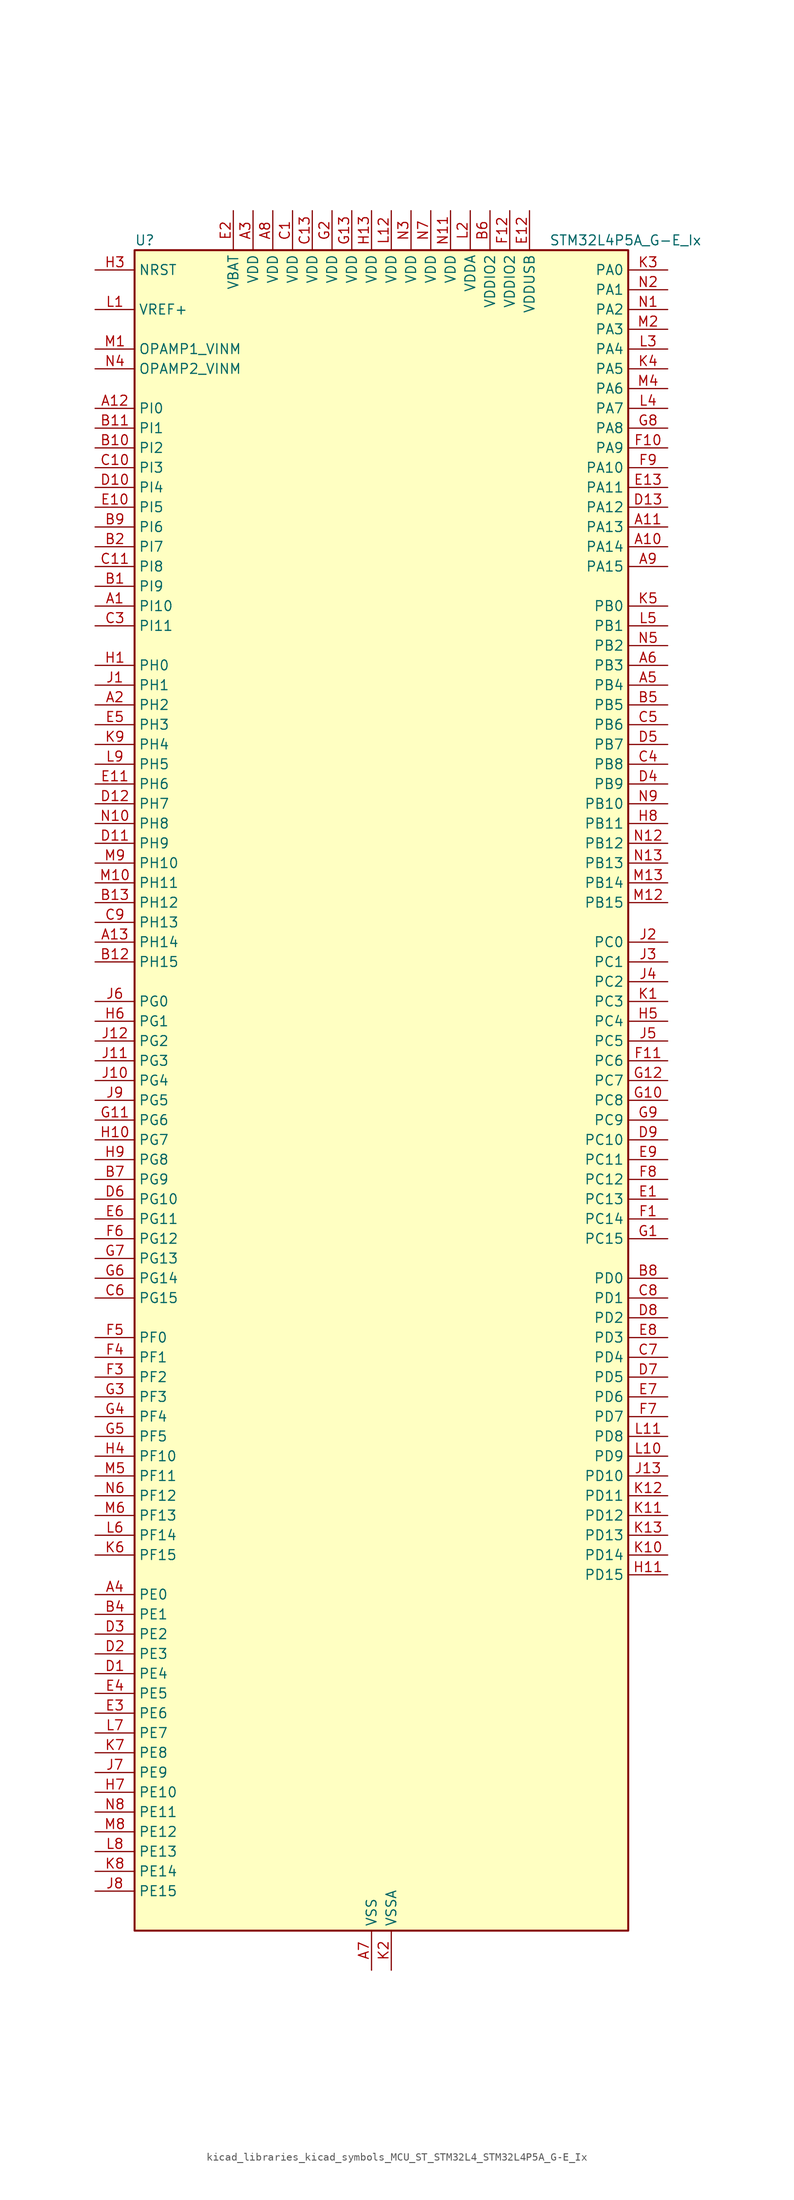
<source format=kicad_sym>
(kicad_symbol_lib
  (version 20220914)
  (generator kicad_symbol_editor)
  (symbol "kicad_libraries_kicad_symbols_MCU_ST_STM32L4_STM32L4P5A_G-E_Ix"
    (property "Reference" "U"
      (at -30.48 110.49 0)
      (effects (font (size 1.27 1.27)) (justify left)))
    (property "Value" "STM32L4P5A_G-E_Ix"
      (at 22.86 110.49 0)
      (effects (font (size 1.27 1.27)) (justify left)))
    (property "ki_locked" ""
      (at 0 0 0)
      (effects (font (size 1.27 1.27))))
    (symbol "kicad_libraries_kicad_symbols_MCU_ST_STM32L4_STM32L4P5A_G-E_Ix_0_1"
      (rectangle (start -30.48 -106.68) (end 33.02 109.22) (stroke (width 0.254) (type default)) (fill (type background))))
    (symbol "kicad_libraries_kicad_symbols_MCU_ST_STM32L4_STM32L4P5A_G-E_Ix_1_1"
      (pin bidirectional line (at -35.56 63.5 0) (length 5.08) (name "PI10" (effects (font (size 1.27 1.27)))) (number "A1" (effects (font (size 1.27 1.27)))) (alternate "OCTOSPIM_P2_IO1" bidirectional line) (alternate "PSSI_D14" bidirectional line))
      (pin bidirectional line (at 38.1 71.12 180) (length 5.08) (name "PA14" (effects (font (size 1.27 1.27)))) (number "A10" (effects (font (size 1.27 1.27)))) (alternate "I2C1_SMBA" bidirectional line) (alternate "I2C4_SMBA" bidirectional line) (alternate "LPTIM1_OUT" bidirectional line) (alternate "SAI1_FS_B" bidirectional line) (alternate "SYS_JTCK-SWCLK" bidirectional line) (alternate "USB_OTG_FS_SOF" bidirectional line))
      (pin bidirectional line (at 38.1 73.66 180) (length 5.08) (name "PA13" (effects (font (size 1.27 1.27)))) (number "A11" (effects (font (size 1.27 1.27)))) (alternate "IR_OUT" bidirectional line) (alternate "SAI1_SD_B" bidirectional line) (alternate "SYS_JTMS-SWDIO" bidirectional line) (alternate "USB_OTG_FS_NOE" bidirectional line))
      (pin bidirectional line (at -35.56 88.9 0) (length 5.08) (name "PI0" (effects (font (size 1.27 1.27)))) (number "A12" (effects (font (size 1.27 1.27)))) (alternate "DCMI_D13" bidirectional line) (alternate "OCTOSPIM_P1_IO5" bidirectional line) (alternate "PSSI_D13" bidirectional line) (alternate "SPI2_NSS" bidirectional line) (alternate "TIM5_CH4" bidirectional line))
      (pin bidirectional line (at -35.56 20.32 0) (length 5.08) (name "PH14" (effects (font (size 1.27 1.27)))) (number "A13" (effects (font (size 1.27 1.27)))) (alternate "DCMI_D4" bidirectional line) (alternate "PSSI_D4" bidirectional line) (alternate "TIM8_CH2N" bidirectional line))
      (pin bidirectional line (at -35.56 50.8 0) (length 5.08) (name "PH2" (effects (font (size 1.27 1.27)))) (number "A2" (effects (font (size 1.27 1.27)))) (alternate "OCTOSPIM_P1_IO4" bidirectional line))
      (pin power_in line (at -15.24 114.3 270) (length 5.08) (name "VDD" (effects (font (size 1.27 1.27)))) (number "A3" (effects (font (size 1.27 1.27)))))
      (pin bidirectional line (at -35.56 -63.5 0) (length 5.08) (name "PE0" (effects (font (size 1.27 1.27)))) (number "A4" (effects (font (size 1.27 1.27)))) (alternate "DCMI_D2" bidirectional line) (alternate "FMC_NBL0" bidirectional line) (alternate "LTDC_HSYNC" bidirectional line) (alternate "PSSI_D2" bidirectional line) (alternate "TIM16_CH1" bidirectional line) (alternate "TIM4_ETR" bidirectional line))
      (pin bidirectional line (at 38.1 53.34 180) (length 5.08) (name "PB4" (effects (font (size 1.27 1.27)))) (number "A5" (effects (font (size 1.27 1.27)))) (alternate "COMP2_INP" bidirectional line) (alternate "DCMI_D12" bidirectional line) (alternate "I2C3_SDA" bidirectional line) (alternate "OCTOSPIM_P1_IO5" bidirectional line) (alternate "PSSI_D12" bidirectional line) (alternate "SAI1_MCLK_B" bidirectional line) (alternate "SDMMC2_D3" bidirectional line) (alternate "SPI1_MISO" bidirectional line) (alternate "SPI3_MISO" bidirectional line) (alternate "SYS_JTRST" bidirectional line) (alternate "TIM17_BKIN" bidirectional line) (alternate "TIM3_CH1" bidirectional line) (alternate "TSC_G2_IO1" bidirectional line) (alternate "UART5_DE" bidirectional line) (alternate "UART5_RTS" bidirectional line) (alternate "USART1_CTS" bidirectional line) (alternate "USART1_NSS" bidirectional line))
      (pin bidirectional line (at 38.1 55.88 180) (length 5.08) (name "PB3" (effects (font (size 1.27 1.27)))) (number "A6" (effects (font (size 1.27 1.27)))) (alternate "COMP2_INM" bidirectional line) (alternate "CRS_SYNC" bidirectional line) (alternate "OCTOSPIM_P1_IO4" bidirectional line) (alternate "SAI1_SCK_B" bidirectional line) (alternate "SDMMC2_D2" bidirectional line) (alternate "SPI1_SCK" bidirectional line) (alternate "SPI3_SCK" bidirectional line) (alternate "SYS_JTDO-SWO" bidirectional line) (alternate "TIM2_CH2" bidirectional line) (alternate "USART1_DE" bidirectional line) (alternate "USART1_RTS" bidirectional line))
      (pin power_in line (at 0 -111.76 90) (length 5.08) (name "VSS" (effects (font (size 1.27 1.27)))) (number "A7" (effects (font (size 1.27 1.27)))))
      (pin power_in line (at -12.7 114.3 270) (length 5.08) (name "VDD" (effects (font (size 1.27 1.27)))) (number "A8" (effects (font (size 1.27 1.27)))))
      (pin bidirectional line (at 38.1 68.58 180) (length 5.08) (name "PA15" (effects (font (size 1.27 1.27)))) (number "A9" (effects (font (size 1.27 1.27)))) (alternate "ADC1_EXTI15" bidirectional line) (alternate "ADC2_EXTI15" bidirectional line) (alternate "LTDC_HSYNC" bidirectional line) (alternate "SAI2_FS_B" bidirectional line) (alternate "SPI1_NSS" bidirectional line) (alternate "SPI3_NSS" bidirectional line) (alternate "SYS_JTDI" bidirectional line) (alternate "TIM2_CH1" bidirectional line) (alternate "TIM2_ETR" bidirectional line) (alternate "TSC_G3_IO1" bidirectional line) (alternate "UART4_DE" bidirectional line) (alternate "UART4_RTS" bidirectional line) (alternate "USART2_RX" bidirectional line) (alternate "USART3_DE" bidirectional line) (alternate "USART3_RTS" bidirectional line))
      (pin bidirectional line (at -35.56 66.04 0) (length 5.08) (name "PI9" (effects (font (size 1.27 1.27)))) (number "B1" (effects (font (size 1.27 1.27)))) (alternate "CAN1_RX" bidirectional line) (alternate "DAC1_EXTI9" bidirectional line) (alternate "OCTOSPIM_P2_IO2" bidirectional line))
      (pin bidirectional line (at -35.56 83.82 0) (length 5.08) (name "PI2" (effects (font (size 1.27 1.27)))) (number "B10" (effects (font (size 1.27 1.27)))) (alternate "DCMI_D9" bidirectional line) (alternate "PSSI_D9" bidirectional line) (alternate "SPI2_MISO" bidirectional line) (alternate "TIM8_CH4" bidirectional line))
      (pin bidirectional line (at -35.56 86.36 0) (length 5.08) (name "PI1" (effects (font (size 1.27 1.27)))) (number "B11" (effects (font (size 1.27 1.27)))) (alternate "DCMI_D8" bidirectional line) (alternate "PSSI_D8" bidirectional line) (alternate "SPI2_SCK" bidirectional line))
      (pin bidirectional line (at -35.56 17.78 0) (length 5.08) (name "PH15" (effects (font (size 1.27 1.27)))) (number "B12" (effects (font (size 1.27 1.27)))) (alternate "ADC1_EXTI15" bidirectional line) (alternate "ADC2_EXTI15" bidirectional line) (alternate "DCMI_D11" bidirectional line) (alternate "OCTOSPIM_P2_IO6" bidirectional line) (alternate "PSSI_D11" bidirectional line) (alternate "TIM8_CH3N" bidirectional line))
      (pin bidirectional line (at -35.56 25.4 0) (length 5.08) (name "PH12" (effects (font (size 1.27 1.27)))) (number "B13" (effects (font (size 1.27 1.27)))) (alternate "DCMI_D3" bidirectional line) (alternate "OCTOSPIM_P2_IO7" bidirectional line) (alternate "PSSI_D3" bidirectional line) (alternate "TIM5_CH3" bidirectional line))
      (pin bidirectional line (at -35.56 71.12 0) (length 5.08) (name "PI7" (effects (font (size 1.27 1.27)))) (number "B2" (effects (font (size 1.27 1.27)))) (alternate "DCMI_D7" bidirectional line) (alternate "OCTOSPIM_P2_NCLK" bidirectional line) (alternate "PSSI_D7" bidirectional line) (alternate "TIM8_CH3" bidirectional line))
      (pin passive line (at 0 -111.76 90) (length 5.08) hide (name "VSS" (effects (font (size 1.27 1.27)))) (number "B3" (effects (font (size 1.27 1.27)))))
      (pin bidirectional line (at -35.56 -66.04 0) (length 5.08) (name "PE1" (effects (font (size 1.27 1.27)))) (number "B4" (effects (font (size 1.27 1.27)))) (alternate "DCMI_D3" bidirectional line) (alternate "FMC_NBL1" bidirectional line) (alternate "LTDC_VSYNC" bidirectional line) (alternate "PSSI_D3" bidirectional line) (alternate "TIM17_CH1" bidirectional line))
      (pin bidirectional line (at 38.1 50.8 180) (length 5.08) (name "PB5" (effects (font (size 1.27 1.27)))) (number "B5" (effects (font (size 1.27 1.27)))) (alternate "COMP2_OUT" bidirectional line) (alternate "DCMI_D10" bidirectional line) (alternate "I2C1_SMBA" bidirectional line) (alternate "LPTIM1_IN1" bidirectional line) (alternate "OCTOSPIM_P1_IO0" bidirectional line) (alternate "PSSI_D10" bidirectional line) (alternate "SAI1_SD_B" bidirectional line) (alternate "SPI1_MOSI" bidirectional line) (alternate "SPI3_MOSI" bidirectional line) (alternate "TIM16_BKIN" bidirectional line) (alternate "TIM3_CH2" bidirectional line) (alternate "TSC_G2_IO2" bidirectional line) (alternate "UART5_CTS" bidirectional line) (alternate "USART1_CK" bidirectional line))
      (pin power_in line (at 15.24 114.3 270) (length 5.08) (name "VDDIO2" (effects (font (size 1.27 1.27)))) (number "B6" (effects (font (size 1.27 1.27)))))
      (pin bidirectional line (at -35.56 -10.16 0) (length 5.08) (name "PG9" (effects (font (size 1.27 1.27)))) (number "B7" (effects (font (size 1.27 1.27)))) (alternate "DAC1_EXTI9" bidirectional line) (alternate "FMC_NCE" bidirectional line) (alternate "FMC_NE2" bidirectional line) (alternate "OCTOSPIM_P2_IO6" bidirectional line) (alternate "SAI2_SCK_A" bidirectional line) (alternate "SDMMC2_D0" bidirectional line) (alternate "SPI3_SCK" bidirectional line) (alternate "TIM15_CH1N" bidirectional line) (alternate "USART1_TX" bidirectional line))
      (pin bidirectional line (at 38.1 -22.86 180) (length 5.08) (name "PD0" (effects (font (size 1.27 1.27)))) (number "B8" (effects (font (size 1.27 1.27)))) (alternate "CAN1_RX" bidirectional line) (alternate "FMC_D2" bidirectional line) (alternate "FMC_DA2" bidirectional line) (alternate "LTDC_B4" bidirectional line) (alternate "SPI2_NSS" bidirectional line))
      (pin bidirectional line (at -35.56 73.66 0) (length 5.08) (name "PI6" (effects (font (size 1.27 1.27)))) (number "B9" (effects (font (size 1.27 1.27)))) (alternate "DCMI_D6" bidirectional line) (alternate "OCTOSPIM_P2_CLK" bidirectional line) (alternate "PSSI_D6" bidirectional line) (alternate "TIM8_CH2" bidirectional line))
      (pin power_in line (at -10.16 114.3 270) (length 5.08) (name "VDD" (effects (font (size 1.27 1.27)))) (number "C1" (effects (font (size 1.27 1.27)))))
      (pin bidirectional line (at -35.56 81.28 0) (length 5.08) (name "PI3" (effects (font (size 1.27 1.27)))) (number "C10" (effects (font (size 1.27 1.27)))) (alternate "DCMI_D10" bidirectional line) (alternate "PSSI_D10" bidirectional line) (alternate "SPI2_MOSI" bidirectional line) (alternate "TIM8_ETR" bidirectional line))
      (pin bidirectional line (at -35.56 68.58 0) (length 5.08) (name "PI8" (effects (font (size 1.27 1.27)))) (number "C11" (effects (font (size 1.27 1.27)))) (alternate "DCMI_D12" bidirectional line) (alternate "OCTOSPIM_P2_NCS" bidirectional line) (alternate "PSSI_D12" bidirectional line))
      (pin passive line (at 0 -111.76 90) (length 5.08) hide (name "VSS" (effects (font (size 1.27 1.27)))) (number "C12" (effects (font (size 1.27 1.27)))))
      (pin power_in line (at -7.62 114.3 270) (length 5.08) (name "VDD" (effects (font (size 1.27 1.27)))) (number "C13" (effects (font (size 1.27 1.27)))))
      (pin passive line (at 0 -111.76 90) (length 5.08) hide (name "VSS" (effects (font (size 1.27 1.27)))) (number "C2" (effects (font (size 1.27 1.27)))))
      (pin bidirectional line (at -35.56 60.96 0) (length 5.08) (name "PI11" (effects (font (size 1.27 1.27)))) (number "C3" (effects (font (size 1.27 1.27)))) (alternate "ADC1_EXTI11" bidirectional line) (alternate "ADC2_EXTI11" bidirectional line) (alternate "OCTOSPIM_P2_IO0" bidirectional line) (alternate "PSSI_D15" bidirectional line))
      (pin bidirectional line (at 38.1 43.18 180) (length 5.08) (name "PB8" (effects (font (size 1.27 1.27)))) (number "C4" (effects (font (size 1.27 1.27)))) (alternate "CAN1_RX" bidirectional line) (alternate "DCMI_D6" bidirectional line) (alternate "DFSDM1_CKOUT" bidirectional line) (alternate "I2C1_SCL" bidirectional line) (alternate "LTDC_DE" bidirectional line) (alternate "PSSI_D6" bidirectional line) (alternate "SAI1_CK1" bidirectional line) (alternate "SAI1_MCLK_A" bidirectional line) (alternate "SDMMC1_CKIN" bidirectional line) (alternate "SDMMC1_D4" bidirectional line) (alternate "SDMMC2_D4" bidirectional line) (alternate "TIM16_CH1" bidirectional line) (alternate "TIM4_CH3" bidirectional line))
      (pin bidirectional line (at 38.1 48.26 180) (length 5.08) (name "PB6" (effects (font (size 1.27 1.27)))) (number "C5" (effects (font (size 1.27 1.27)))) (alternate "COMP2_INP" bidirectional line) (alternate "DCMI_D5" bidirectional line) (alternate "I2C1_SCL" bidirectional line) (alternate "I2C4_SCL" bidirectional line) (alternate "LPTIM1_ETR" bidirectional line) (alternate "LTDC_R6" bidirectional line) (alternate "PSSI_D5" bidirectional line) (alternate "SAI1_FS_B" bidirectional line) (alternate "TIM16_CH1N" bidirectional line) (alternate "TIM4_CH1" bidirectional line) (alternate "TIM8_BKIN2" bidirectional line) (alternate "TSC_G2_IO3" bidirectional line) (alternate "USART1_TX" bidirectional line))
      (pin bidirectional line (at -35.56 -25.4 0) (length 5.08) (name "PG15" (effects (font (size 1.27 1.27)))) (number "C6" (effects (font (size 1.27 1.27)))) (alternate "ADC1_EXTI15" bidirectional line) (alternate "ADC2_EXTI15" bidirectional line) (alternate "DCMI_D13" bidirectional line) (alternate "I2C1_SMBA" bidirectional line) (alternate "LPTIM1_OUT" bidirectional line) (alternate "OCTOSPIM_P2_DQS" bidirectional line) (alternate "PSSI_D13" bidirectional line))
      (pin bidirectional line (at 38.1 -33.02 180) (length 5.08) (name "PD4" (effects (font (size 1.27 1.27)))) (number "C7" (effects (font (size 1.27 1.27)))) (alternate "DFSDM1_CKIN0" bidirectional line) (alternate "FMC_NOE" bidirectional line) (alternate "OCTOSPIM_P1_IO4" bidirectional line) (alternate "SDMMC2_CKIN" bidirectional line) (alternate "SPI2_MOSI" bidirectional line) (alternate "USART2_DE" bidirectional line) (alternate "USART2_RTS" bidirectional line))
      (pin bidirectional line (at 38.1 -25.4 180) (length 5.08) (name "PD1" (effects (font (size 1.27 1.27)))) (number "C8" (effects (font (size 1.27 1.27)))) (alternate "CAN1_TX" bidirectional line) (alternate "FMC_D3" bidirectional line) (alternate "FMC_DA3" bidirectional line) (alternate "LTDC_B5" bidirectional line) (alternate "SPI2_SCK" bidirectional line))
      (pin bidirectional line (at -35.56 22.86 0) (length 5.08) (name "PH13" (effects (font (size 1.27 1.27)))) (number "C9" (effects (font (size 1.27 1.27)))) (alternate "CAN1_TX" bidirectional line) (alternate "TIM8_CH1N" bidirectional line))
      (pin bidirectional line (at -35.56 -73.66 0) (length 5.08) (name "PE4" (effects (font (size 1.27 1.27)))) (number "D1" (effects (font (size 1.27 1.27)))) (alternate "DCMI_D4" bidirectional line) (alternate "DFSDM1_DATIN3" bidirectional line) (alternate "FMC_A20" bidirectional line) (alternate "LTDC_B7" bidirectional line) (alternate "PSSI_D4" bidirectional line) (alternate "SAI1_D2" bidirectional line) (alternate "SAI1_FS_A" bidirectional line) (alternate "SYS_TRACED1" bidirectional line) (alternate "TIM3_CH2" bidirectional line) (alternate "TSC_G7_IO3" bidirectional line))
      (pin bidirectional line (at -35.56 78.74 0) (length 5.08) (name "PI4" (effects (font (size 1.27 1.27)))) (number "D10" (effects (font (size 1.27 1.27)))) (alternate "DCMI_D5" bidirectional line) (alternate "PSSI_D5" bidirectional line) (alternate "TIM8_BKIN" bidirectional line))
      (pin bidirectional line (at -35.56 33.02 0) (length 5.08) (name "PH9" (effects (font (size 1.27 1.27)))) (number "D11" (effects (font (size 1.27 1.27)))) (alternate "DAC1_EXTI9" bidirectional line) (alternate "DCMI_D0" bidirectional line) (alternate "I2C3_SMBA" bidirectional line) (alternate "OCTOSPIM_P2_IO4" bidirectional line) (alternate "PSSI_D0" bidirectional line))
      (pin bidirectional line (at -35.56 38.1 0) (length 5.08) (name "PH7" (effects (font (size 1.27 1.27)))) (number "D12" (effects (font (size 1.27 1.27)))) (alternate "DCMI_D9" bidirectional line) (alternate "I2C3_SCL" bidirectional line) (alternate "OCTOSPIM_P2_NCLK" bidirectional line) (alternate "PSSI_D9" bidirectional line))
      (pin bidirectional line (at 38.1 76.2 180) (length 5.08) (name "PA12" (effects (font (size 1.27 1.27)))) (number "D13" (effects (font (size 1.27 1.27)))) (alternate "CAN1_TX" bidirectional line) (alternate "LTDC_VSYNC" bidirectional line) (alternate "OCTOSPIM_P2_NCS" bidirectional line) (alternate "SPI1_MOSI" bidirectional line) (alternate "TIM1_ETR" bidirectional line) (alternate "USART1_DE" bidirectional line) (alternate "USART1_RTS" bidirectional line) (alternate "USB_OTG_FS_DP" bidirectional line))
      (pin bidirectional line (at -35.56 -71.12 0) (length 5.08) (name "PE3" (effects (font (size 1.27 1.27)))) (number "D2" (effects (font (size 1.27 1.27)))) (alternate "FMC_A19" bidirectional line) (alternate "LTDC_R6" bidirectional line) (alternate "OCTOSPIM_P1_DQS" bidirectional line) (alternate "SAI1_SD_B" bidirectional line) (alternate "SYS_TRACED0" bidirectional line) (alternate "TIM3_CH1" bidirectional line) (alternate "TSC_G7_IO2" bidirectional line))
      (pin bidirectional line (at -35.56 -68.58 0) (length 5.08) (name "PE2" (effects (font (size 1.27 1.27)))) (number "D3" (effects (font (size 1.27 1.27)))) (alternate "FMC_A23" bidirectional line) (alternate "LTDC_R7" bidirectional line) (alternate "SAI1_CK1" bidirectional line) (alternate "SAI1_MCLK_A" bidirectional line) (alternate "SYS_TRACECLK" bidirectional line) (alternate "TIM3_ETR" bidirectional line) (alternate "TSC_G7_IO1" bidirectional line))
      (pin bidirectional line (at 38.1 40.64 180) (length 5.08) (name "PB9" (effects (font (size 1.27 1.27)))) (number "D4" (effects (font (size 1.27 1.27)))) (alternate "CAN1_TX" bidirectional line) (alternate "DAC1_EXTI9" bidirectional line) (alternate "DCMI_D7" bidirectional line) (alternate "I2C1_SDA" bidirectional line) (alternate "IR_OUT" bidirectional line) (alternate "PSSI_D7" bidirectional line) (alternate "SAI1_D2" bidirectional line) (alternate "SAI1_FS_A" bidirectional line) (alternate "SDMMC1_CDIR" bidirectional line) (alternate "SDMMC1_D5" bidirectional line) (alternate "SDMMC2_D5" bidirectional line) (alternate "SPI2_NSS" bidirectional line) (alternate "TIM17_CH1" bidirectional line) (alternate "TIM4_CH4" bidirectional line))
      (pin bidirectional line (at 38.1 45.72 180) (length 5.08) (name "PB7" (effects (font (size 1.27 1.27)))) (number "D5" (effects (font (size 1.27 1.27)))) (alternate "COMP2_INM" bidirectional line) (alternate "DCMI_VSYNC" bidirectional line) (alternate "FMC_NL" bidirectional line) (alternate "I2C1_SDA" bidirectional line) (alternate "I2C4_SDA" bidirectional line) (alternate "LPTIM1_IN2" bidirectional line) (alternate "LTDC_VSYNC" bidirectional line) (alternate "PSSI_RDY" bidirectional line) (alternate "SYS_PVD_IN" bidirectional line) (alternate "TIM17_CH1N" bidirectional line) (alternate "TIM4_CH2" bidirectional line) (alternate "TIM8_BKIN" bidirectional line) (alternate "TSC_G2_IO4" bidirectional line) (alternate "UART4_CTS" bidirectional line) (alternate "USART1_RX" bidirectional line))
      (pin bidirectional line (at -35.56 -12.7 0) (length 5.08) (name "PG10" (effects (font (size 1.27 1.27)))) (number "D6" (effects (font (size 1.27 1.27)))) (alternate "FMC_NE3" bidirectional line) (alternate "LPTIM1_IN1" bidirectional line) (alternate "OCTOSPIM_P2_IO7" bidirectional line) (alternate "SAI2_FS_A" bidirectional line) (alternate "SDMMC2_D1" bidirectional line) (alternate "SPI3_MISO" bidirectional line) (alternate "TIM15_CH1" bidirectional line) (alternate "USART1_RX" bidirectional line))
      (pin bidirectional line (at 38.1 -35.56 180) (length 5.08) (name "PD5" (effects (font (size 1.27 1.27)))) (number "D7" (effects (font (size 1.27 1.27)))) (alternate "FMC_NWE" bidirectional line) (alternate "OCTOSPIM_P1_IO5" bidirectional line) (alternate "USART2_TX" bidirectional line))
      (pin bidirectional line (at 38.1 -27.94 180) (length 5.08) (name "PD2" (effects (font (size 1.27 1.27)))) (number "D8" (effects (font (size 1.27 1.27)))) (alternate "DCMI_D11" bidirectional line) (alternate "PSSI_D11" bidirectional line) (alternate "SDMMC1_CMD" bidirectional line) (alternate "SYS_TRACED2" bidirectional line) (alternate "TIM3_ETR" bidirectional line) (alternate "TSC_SYNC" bidirectional line) (alternate "UART5_RX" bidirectional line) (alternate "USART3_DE" bidirectional line) (alternate "USART3_RTS" bidirectional line))
      (pin bidirectional line (at 38.1 -5.08 180) (length 5.08) (name "PC10" (effects (font (size 1.27 1.27)))) (number "D9" (effects (font (size 1.27 1.27)))) (alternate "DCMI_D8" bidirectional line) (alternate "DCMI_VSYNC" bidirectional line) (alternate "PSSI_D8" bidirectional line) (alternate "PSSI_RDY" bidirectional line) (alternate "SAI2_SCK_B" bidirectional line) (alternate "SDMMC1_D2" bidirectional line) (alternate "SPI3_SCK" bidirectional line) (alternate "SYS_TRACED1" bidirectional line) (alternate "TSC_G3_IO2" bidirectional line) (alternate "UART4_TX" bidirectional line) (alternate "USART3_TX" bidirectional line))
      (pin bidirectional line (at 38.1 -12.7 180) (length 5.08) (name "PC13" (effects (font (size 1.27 1.27)))) (number "E1" (effects (font (size 1.27 1.27)))) (alternate "RTC_OUT1" bidirectional line) (alternate "RTC_TAMP1" bidirectional line) (alternate "RTC_TS" bidirectional line) (alternate "SYS_WKUP2" bidirectional line))
      (pin bidirectional line (at -35.56 76.2 0) (length 5.08) (name "PI5" (effects (font (size 1.27 1.27)))) (number "E10" (effects (font (size 1.27 1.27)))) (alternate "DCMI_VSYNC" bidirectional line) (alternate "OCTOSPIM_P2_NCS" bidirectional line) (alternate "PSSI_RDY" bidirectional line) (alternate "TIM8_CH1" bidirectional line))
      (pin bidirectional line (at -35.56 40.64 0) (length 5.08) (name "PH6" (effects (font (size 1.27 1.27)))) (number "E11" (effects (font (size 1.27 1.27)))) (alternate "DCMI_D8" bidirectional line) (alternate "I2C2_SMBA" bidirectional line) (alternate "OCTOSPIM_P2_CLK" bidirectional line) (alternate "PSSI_D8" bidirectional line))
      (pin power_in line (at 20.32 114.3 270) (length 5.08) (name "VDDUSB" (effects (font (size 1.27 1.27)))) (number "E12" (effects (font (size 1.27 1.27)))))
      (pin bidirectional line (at 38.1 78.74 180) (length 5.08) (name "PA11" (effects (font (size 1.27 1.27)))) (number "E13" (effects (font (size 1.27 1.27)))) (alternate "ADC1_EXTI11" bidirectional line) (alternate "ADC2_EXTI11" bidirectional line) (alternate "CAN1_RX" bidirectional line) (alternate "LTDC_DE" bidirectional line) (alternate "SPI1_MISO" bidirectional line) (alternate "TIM1_BKIN2" bidirectional line) (alternate "TIM1_CH4" bidirectional line) (alternate "USART1_CTS" bidirectional line) (alternate "USART1_NSS" bidirectional line) (alternate "USB_OTG_FS_DM" bidirectional line))
      (pin power_in line (at -17.78 114.3 270) (length 5.08) (name "VBAT" (effects (font (size 1.27 1.27)))) (number "E2" (effects (font (size 1.27 1.27)))))
      (pin bidirectional line (at -35.56 -78.74 0) (length 5.08) (name "PE6" (effects (font (size 1.27 1.27)))) (number "E3" (effects (font (size 1.27 1.27)))) (alternate "DCMI_D7" bidirectional line) (alternate "FMC_A22" bidirectional line) (alternate "LTDC_G6" bidirectional line) (alternate "PSSI_D7" bidirectional line) (alternate "RTC_TAMP3" bidirectional line) (alternate "SAI1_D1" bidirectional line) (alternate "SAI1_SD_A" bidirectional line) (alternate "SYS_TRACED3" bidirectional line) (alternate "SYS_WKUP3" bidirectional line) (alternate "TIM3_CH4" bidirectional line))
      (pin bidirectional line (at -35.56 -76.2 0) (length 5.08) (name "PE5" (effects (font (size 1.27 1.27)))) (number "E4" (effects (font (size 1.27 1.27)))) (alternate "DCMI_D6" bidirectional line) (alternate "DFSDM1_CKIN3" bidirectional line) (alternate "FMC_A21" bidirectional line) (alternate "LTDC_G7" bidirectional line) (alternate "PSSI_D6" bidirectional line) (alternate "SAI1_CK2" bidirectional line) (alternate "SAI1_SCK_A" bidirectional line) (alternate "SYS_TRACED2" bidirectional line) (alternate "TIM3_CH3" bidirectional line) (alternate "TSC_G7_IO4" bidirectional line))
      (pin bidirectional line (at -35.56 48.26 0) (length 5.08) (name "PH3" (effects (font (size 1.27 1.27)))) (number "E5" (effects (font (size 1.27 1.27)))))
      (pin bidirectional line (at -35.56 -15.24 0) (length 5.08) (name "PG11" (effects (font (size 1.27 1.27)))) (number "E6" (effects (font (size 1.27 1.27)))) (alternate "ADC1_EXTI11" bidirectional line) (alternate "ADC2_EXTI11" bidirectional line) (alternate "LPTIM1_IN2" bidirectional line) (alternate "OCTOSPIM_P1_IO5" bidirectional line) (alternate "SAI2_MCLK_A" bidirectional line) (alternate "SDMMC2_D2" bidirectional line) (alternate "SPI3_MOSI" bidirectional line) (alternate "TIM15_CH2" bidirectional line) (alternate "USART1_CTS" bidirectional line) (alternate "USART1_NSS" bidirectional line))
      (pin bidirectional line (at 38.1 -38.1 180) (length 5.08) (name "PD6" (effects (font (size 1.27 1.27)))) (number "E7" (effects (font (size 1.27 1.27)))) (alternate "DCMI_D10" bidirectional line) (alternate "DFSDM1_DATIN1" bidirectional line) (alternate "FMC_NWAIT" bidirectional line) (alternate "LTDC_DE" bidirectional line) (alternate "OCTOSPIM_P1_IO6" bidirectional line) (alternate "PSSI_D10" bidirectional line) (alternate "SAI1_D1" bidirectional line) (alternate "SAI1_SD_A" bidirectional line) (alternate "SDMMC2_CK" bidirectional line) (alternate "SPI3_MOSI" bidirectional line) (alternate "USART2_RX" bidirectional line))
      (pin bidirectional line (at 38.1 -30.48 180) (length 5.08) (name "PD3" (effects (font (size 1.27 1.27)))) (number "E8" (effects (font (size 1.27 1.27)))) (alternate "DCMI_D5" bidirectional line) (alternate "DFSDM1_DATIN0" bidirectional line) (alternate "FMC_CLK" bidirectional line) (alternate "LTDC_CLK" bidirectional line) (alternate "OCTOSPIM_P2_NCS" bidirectional line) (alternate "PSSI_D5" bidirectional line) (alternate "SPI2_MISO" bidirectional line) (alternate "SPI2_SCK" bidirectional line) (alternate "USART2_CTS" bidirectional line) (alternate "USART2_NSS" bidirectional line))
      (pin bidirectional line (at 38.1 -7.62 180) (length 5.08) (name "PC11" (effects (font (size 1.27 1.27)))) (number "E9" (effects (font (size 1.27 1.27)))) (alternate "ADC1_EXTI11" bidirectional line) (alternate "ADC2_EXTI11" bidirectional line) (alternate "DCMI_D2" bidirectional line) (alternate "DCMI_D4" bidirectional line) (alternate "OCTOSPIM_P1_NCS" bidirectional line) (alternate "PSSI_D2" bidirectional line) (alternate "PSSI_D4" bidirectional line) (alternate "SAI2_MCLK_B" bidirectional line) (alternate "SDMMC1_D3" bidirectional line) (alternate "SPI3_MISO" bidirectional line) (alternate "TSC_G3_IO3" bidirectional line) (alternate "UART4_RX" bidirectional line) (alternate "USART3_RX" bidirectional line))
      (pin bidirectional line (at 38.1 -15.24 180) (length 5.08) (name "PC14" (effects (font (size 1.27 1.27)))) (number "F1" (effects (font (size 1.27 1.27)))) (alternate "RCC_OSC32_IN" bidirectional line))
      (pin bidirectional line (at 38.1 83.82 180) (length 5.08) (name "PA9" (effects (font (size 1.27 1.27)))) (number "F10" (effects (font (size 1.27 1.27)))) (alternate "DAC1_EXTI9" bidirectional line) (alternate "DCMI_D0" bidirectional line) (alternate "LTDC_G7" bidirectional line) (alternate "PSSI_D0" bidirectional line) (alternate "SAI1_FS_A" bidirectional line) (alternate "SPI2_SCK" bidirectional line) (alternate "TIM15_BKIN" bidirectional line) (alternate "TIM1_CH2" bidirectional line) (alternate "USART1_TX" bidirectional line) (alternate "USB_OTG_FS_VBUS" bidirectional line))
      (pin bidirectional line (at 38.1 5.08 180) (length 5.08) (name "PC6" (effects (font (size 1.27 1.27)))) (number "F11" (effects (font (size 1.27 1.27)))) (alternate "DCMI_D0" bidirectional line) (alternate "DFSDM1_CKIN3" bidirectional line) (alternate "LTDC_G7" bidirectional line) (alternate "PSSI_D0" bidirectional line) (alternate "SAI2_MCLK_A" bidirectional line) (alternate "SDMMC1_D0DIR" bidirectional line) (alternate "SDMMC1_D6" bidirectional line) (alternate "SDMMC2_D6" bidirectional line) (alternate "TIM3_CH1" bidirectional line) (alternate "TIM8_CH1" bidirectional line) (alternate "TSC_G4_IO1" bidirectional line))
      (pin power_in line (at 17.78 114.3 270) (length 5.08) (name "VDDIO2" (effects (font (size 1.27 1.27)))) (number "F12" (effects (font (size 1.27 1.27)))))
      (pin passive line (at 0 -111.76 90) (length 5.08) hide (name "VSS" (effects (font (size 1.27 1.27)))) (number "F13" (effects (font (size 1.27 1.27)))))
      (pin passive line (at 0 -111.76 90) (length 5.08) hide (name "VSS" (effects (font (size 1.27 1.27)))) (number "F2" (effects (font (size 1.27 1.27)))))
      (pin bidirectional line (at -35.56 -35.56 0) (length 5.08) (name "PF2" (effects (font (size 1.27 1.27)))) (number "F3" (effects (font (size 1.27 1.27)))) (alternate "FMC_A2" bidirectional line) (alternate "I2C2_SMBA" bidirectional line) (alternate "OCTOSPIM_P2_IO2" bidirectional line))
      (pin bidirectional line (at -35.56 -33.02 0) (length 5.08) (name "PF1" (effects (font (size 1.27 1.27)))) (number "F4" (effects (font (size 1.27 1.27)))) (alternate "FMC_A1" bidirectional line) (alternate "I2C2_SCL" bidirectional line) (alternate "OCTOSPIM_P2_IO1" bidirectional line))
      (pin bidirectional line (at -35.56 -30.48 0) (length 5.08) (name "PF0" (effects (font (size 1.27 1.27)))) (number "F5" (effects (font (size 1.27 1.27)))) (alternate "FMC_A0" bidirectional line) (alternate "I2C2_SDA" bidirectional line) (alternate "OCTOSPIM_P2_IO0" bidirectional line))
      (pin bidirectional line (at -35.56 -17.78 0) (length 5.08) (name "PG12" (effects (font (size 1.27 1.27)))) (number "F6" (effects (font (size 1.27 1.27)))) (alternate "FMC_NE4" bidirectional line) (alternate "LPTIM1_ETR" bidirectional line) (alternate "OCTOSPIM_P2_NCS" bidirectional line) (alternate "SAI2_SD_A" bidirectional line) (alternate "SDMMC2_D3" bidirectional line) (alternate "SPI3_NSS" bidirectional line) (alternate "USART1_DE" bidirectional line) (alternate "USART1_RTS" bidirectional line))
      (pin bidirectional line (at 38.1 -40.64 180) (length 5.08) (name "PD7" (effects (font (size 1.27 1.27)))) (number "F7" (effects (font (size 1.27 1.27)))) (alternate "DFSDM1_CKIN1" bidirectional line) (alternate "FMC_NCE" bidirectional line) (alternate "FMC_NE1" bidirectional line) (alternate "OCTOSPIM_P1_IO7" bidirectional line) (alternate "SDMMC2_CMD" bidirectional line) (alternate "USART2_CK" bidirectional line))
      (pin bidirectional line (at 38.1 -10.16 180) (length 5.08) (name "PC12" (effects (font (size 1.27 1.27)))) (number "F8" (effects (font (size 1.27 1.27)))) (alternate "DCMI_D9" bidirectional line) (alternate "LTDC_R6" bidirectional line) (alternate "PSSI_D9" bidirectional line) (alternate "SAI2_SD_B" bidirectional line) (alternate "SDMMC1_CK" bidirectional line) (alternate "SPI3_MOSI" bidirectional line) (alternate "SYS_TRACED3" bidirectional line) (alternate "TSC_G3_IO4" bidirectional line) (alternate "UART5_TX" bidirectional line) (alternate "USART3_CK" bidirectional line))
      (pin bidirectional line (at 38.1 81.28 180) (length 5.08) (name "PA10" (effects (font (size 1.27 1.27)))) (number "F9" (effects (font (size 1.27 1.27)))) (alternate "DCMI_D1" bidirectional line) (alternate "LTDC_G6" bidirectional line) (alternate "PSSI_D1" bidirectional line) (alternate "SAI1_D1" bidirectional line) (alternate "SAI1_SD_A" bidirectional line) (alternate "TIM17_BKIN" bidirectional line) (alternate "TIM1_CH3" bidirectional line) (alternate "USART1_RX" bidirectional line) (alternate "USB_OTG_FS_ID" bidirectional line))
      (pin bidirectional line (at 38.1 -17.78 180) (length 5.08) (name "PC15" (effects (font (size 1.27 1.27)))) (number "G1" (effects (font (size 1.27 1.27)))) (alternate "ADC1_EXTI15" bidirectional line) (alternate "ADC2_EXTI15" bidirectional line) (alternate "RCC_OSC32_OUT" bidirectional line))
      (pin bidirectional line (at 38.1 0 180) (length 5.08) (name "PC8" (effects (font (size 1.27 1.27)))) (number "G10" (effects (font (size 1.27 1.27)))) (alternate "DCMI_D2" bidirectional line) (alternate "PSSI_D2" bidirectional line) (alternate "SDMMC1_D0" bidirectional line) (alternate "TIM3_CH3" bidirectional line) (alternate "TIM8_CH3" bidirectional line) (alternate "TSC_G4_IO3" bidirectional line))
      (pin bidirectional line (at -35.56 -2.54 0) (length 5.08) (name "PG6" (effects (font (size 1.27 1.27)))) (number "G11" (effects (font (size 1.27 1.27)))) (alternate "I2C3_SMBA" bidirectional line) (alternate "LPUART1_DE" bidirectional line) (alternate "LPUART1_RTS" bidirectional line) (alternate "LTDC_R1" bidirectional line) (alternate "OCTOSPIM_P1_DQS" bidirectional line))
      (pin bidirectional line (at 38.1 2.54 180) (length 5.08) (name "PC7" (effects (font (size 1.27 1.27)))) (number "G12" (effects (font (size 1.27 1.27)))) (alternate "DCMI_D1" bidirectional line) (alternate "DFSDM1_DATIN3" bidirectional line) (alternate "LTDC_B6" bidirectional line) (alternate "PSSI_D1" bidirectional line) (alternate "SAI2_MCLK_B" bidirectional line) (alternate "SDMMC1_D123DIR" bidirectional line) (alternate "SDMMC1_D7" bidirectional line) (alternate "SDMMC2_D7" bidirectional line) (alternate "TIM3_CH2" bidirectional line) (alternate "TIM8_CH2" bidirectional line) (alternate "TSC_G4_IO2" bidirectional line))
      (pin power_in line (at -2.54 114.3 270) (length 5.08) (name "VDD" (effects (font (size 1.27 1.27)))) (number "G13" (effects (font (size 1.27 1.27)))))
      (pin power_in line (at -5.08 114.3 270) (length 5.08) (name "VDD" (effects (font (size 1.27 1.27)))) (number "G2" (effects (font (size 1.27 1.27)))))
      (pin bidirectional line (at -35.56 -38.1 0) (length 5.08) (name "PF3" (effects (font (size 1.27 1.27)))) (number "G3" (effects (font (size 1.27 1.27)))) (alternate "FMC_A3" bidirectional line) (alternate "OCTOSPIM_P2_IO3" bidirectional line))
      (pin bidirectional line (at -35.56 -40.64 0) (length 5.08) (name "PF4" (effects (font (size 1.27 1.27)))) (number "G4" (effects (font (size 1.27 1.27)))) (alternate "FMC_A4" bidirectional line) (alternate "OCTOSPIM_P2_CLK" bidirectional line))
      (pin bidirectional line (at -35.56 -43.18 0) (length 5.08) (name "PF5" (effects (font (size 1.27 1.27)))) (number "G5" (effects (font (size 1.27 1.27)))) (alternate "FMC_A5" bidirectional line) (alternate "OCTOSPIM_P2_NCLK" bidirectional line))
      (pin bidirectional line (at -35.56 -22.86 0) (length 5.08) (name "PG14" (effects (font (size 1.27 1.27)))) (number "G6" (effects (font (size 1.27 1.27)))) (alternate "FMC_A25" bidirectional line) (alternate "I2C1_SCL" bidirectional line) (alternate "LTDC_R1" bidirectional line))
      (pin bidirectional line (at -35.56 -20.32 0) (length 5.08) (name "PG13" (effects (font (size 1.27 1.27)))) (number "G7" (effects (font (size 1.27 1.27)))) (alternate "FMC_A24" bidirectional line) (alternate "I2C1_SDA" bidirectional line) (alternate "LTDC_R0" bidirectional line) (alternate "USART1_CK" bidirectional line))
      (pin bidirectional line (at 38.1 86.36 180) (length 5.08) (name "PA8" (effects (font (size 1.27 1.27)))) (number "G8" (effects (font (size 1.27 1.27)))) (alternate "LPTIM2_OUT" bidirectional line) (alternate "LTDC_B7" bidirectional line) (alternate "RCC_MCO" bidirectional line) (alternate "SAI1_CK2" bidirectional line) (alternate "SAI1_SCK_A" bidirectional line) (alternate "TIM1_CH1" bidirectional line) (alternate "USART1_CK" bidirectional line) (alternate "USB_OTG_FS_SOF" bidirectional line))
      (pin bidirectional line (at 38.1 -2.54 180) (length 5.08) (name "PC9" (effects (font (size 1.27 1.27)))) (number "G9" (effects (font (size 1.27 1.27)))) (alternate "DAC1_EXTI9" bidirectional line) (alternate "DCMI_D3" bidirectional line) (alternate "I2C3_SDA" bidirectional line) (alternate "PSSI_D3" bidirectional line) (alternate "SAI2_EXTCLK" bidirectional line) (alternate "SDMMC1_D1" bidirectional line) (alternate "SYS_TRACED0" bidirectional line) (alternate "TIM3_CH4" bidirectional line) (alternate "TIM8_BKIN2" bidirectional line) (alternate "TIM8_CH4" bidirectional line) (alternate "TSC_G4_IO4" bidirectional line) (alternate "USB_OTG_FS_NOE" bidirectional line))
      (pin bidirectional line (at -35.56 55.88 0) (length 5.08) (name "PH0" (effects (font (size 1.27 1.27)))) (number "H1" (effects (font (size 1.27 1.27)))) (alternate "RCC_OSC_IN" bidirectional line))
      (pin bidirectional line (at -35.56 -5.08 0) (length 5.08) (name "PG7" (effects (font (size 1.27 1.27)))) (number "H10" (effects (font (size 1.27 1.27)))) (alternate "DFSDM1_CKOUT" bidirectional line) (alternate "FMC_INT" bidirectional line) (alternate "I2C3_SCL" bidirectional line) (alternate "LPUART1_TX" bidirectional line) (alternate "OCTOSPIM_P2_DQS" bidirectional line) (alternate "SAI1_CK1" bidirectional line) (alternate "SAI1_MCLK_A" bidirectional line))
      (pin bidirectional line (at 38.1 -60.96 180) (length 5.08) (name "PD15" (effects (font (size 1.27 1.27)))) (number "H11" (effects (font (size 1.27 1.27)))) (alternate "ADC1_EXTI15" bidirectional line) (alternate "ADC2_EXTI15" bidirectional line) (alternate "FMC_D1" bidirectional line) (alternate "FMC_DA1" bidirectional line) (alternate "LTDC_B3" bidirectional line) (alternate "TIM4_CH4" bidirectional line))
      (pin passive line (at 0 -111.76 90) (length 5.08) hide (name "VSS" (effects (font (size 1.27 1.27)))) (number "H12" (effects (font (size 1.27 1.27)))))
      (pin power_in line (at 0 114.3 270) (length 5.08) (name "VDD" (effects (font (size 1.27 1.27)))) (number "H13" (effects (font (size 1.27 1.27)))))
      (pin passive line (at 0 -111.76 90) (length 5.08) hide (name "VSS" (effects (font (size 1.27 1.27)))) (number "H2" (effects (font (size 1.27 1.27)))))
      (pin input line (at -35.56 106.68 0) (length 5.08) (name "NRST" (effects (font (size 1.27 1.27)))) (number "H3" (effects (font (size 1.27 1.27)))))
      (pin bidirectional line (at -35.56 -45.72 0) (length 5.08) (name "PF10" (effects (font (size 1.27 1.27)))) (number "H4" (effects (font (size 1.27 1.27)))) (alternate "DCMI_D11" bidirectional line) (alternate "DFSDM1_CKOUT" bidirectional line) (alternate "OCTOSPIM_P1_CLK" bidirectional line) (alternate "PSSI_D11" bidirectional line) (alternate "PSSI_D15" bidirectional line) (alternate "SAI1_D3" bidirectional line) (alternate "TIM15_CH2" bidirectional line))
      (pin bidirectional line (at 38.1 10.16 180) (length 5.08) (name "PC4" (effects (font (size 1.27 1.27)))) (number "H5" (effects (font (size 1.27 1.27)))) (alternate "ADC1_IN13" bidirectional line) (alternate "ADC2_IN13" bidirectional line) (alternate "COMP1_INM" bidirectional line) (alternate "OCTOSPIM_P1_IO7" bidirectional line) (alternate "OCTOSPIM_P2_NCS" bidirectional line) (alternate "USART3_TX" bidirectional line))
      (pin bidirectional line (at -35.56 10.16 0) (length 5.08) (name "PG1" (effects (font (size 1.27 1.27)))) (number "H6" (effects (font (size 1.27 1.27)))) (alternate "FMC_A11" bidirectional line) (alternate "OCTOSPIM_P2_IO5" bidirectional line) (alternate "TSC_G8_IO4" bidirectional line))
      (pin bidirectional line (at -35.56 -88.9 0) (length 5.08) (name "PE10" (effects (font (size 1.27 1.27)))) (number "H7" (effects (font (size 1.27 1.27)))) (alternate "FMC_D7" bidirectional line) (alternate "FMC_DA7" bidirectional line) (alternate "LTDC_G3" bidirectional line) (alternate "OCTOSPIM_P1_CLK" bidirectional line) (alternate "SAI1_MCLK_B" bidirectional line) (alternate "TIM1_CH2N" bidirectional line) (alternate "TSC_G5_IO1" bidirectional line))
      (pin bidirectional line (at 38.1 35.56 180) (length 5.08) (name "PB11" (effects (font (size 1.27 1.27)))) (number "H8" (effects (font (size 1.27 1.27)))) (alternate "ADC1_EXTI11" bidirectional line) (alternate "ADC2_EXTI11" bidirectional line) (alternate "COMP2_OUT" bidirectional line) (alternate "I2C2_SDA" bidirectional line) (alternate "I2C4_SDA" bidirectional line) (alternate "LPUART1_TX" bidirectional line) (alternate "LTDC_VSYNC" bidirectional line) (alternate "OCTOSPIM_P1_NCS" bidirectional line) (alternate "TIM2_CH4" bidirectional line) (alternate "USART3_RX" bidirectional line))
      (pin bidirectional line (at -35.56 -7.62 0) (length 5.08) (name "PG8" (effects (font (size 1.27 1.27)))) (number "H9" (effects (font (size 1.27 1.27)))) (alternate "I2C3_SDA" bidirectional line) (alternate "LPUART1_RX" bidirectional line))
      (pin bidirectional line (at -35.56 53.34 0) (length 5.08) (name "PH1" (effects (font (size 1.27 1.27)))) (number "J1" (effects (font (size 1.27 1.27)))) (alternate "RCC_OSC_OUT" bidirectional line))
      (pin bidirectional line (at -35.56 2.54 0) (length 5.08) (name "PG4" (effects (font (size 1.27 1.27)))) (number "J10" (effects (font (size 1.27 1.27)))) (alternate "FMC_A14" bidirectional line) (alternate "SAI2_MCLK_B" bidirectional line) (alternate "SDMMC2_D6" bidirectional line) (alternate "SPI1_MOSI" bidirectional line))
      (pin bidirectional line (at -35.56 5.08 0) (length 5.08) (name "PG3" (effects (font (size 1.27 1.27)))) (number "J11" (effects (font (size 1.27 1.27)))) (alternate "FMC_A13" bidirectional line) (alternate "SAI2_FS_B" bidirectional line) (alternate "SDMMC2_D5" bidirectional line) (alternate "SPI1_MISO" bidirectional line))
      (pin bidirectional line (at -35.56 7.62 0) (length 5.08) (name "PG2" (effects (font (size 1.27 1.27)))) (number "J12" (effects (font (size 1.27 1.27)))) (alternate "FMC_A12" bidirectional line) (alternate "SAI2_SCK_B" bidirectional line) (alternate "SDMMC2_D4" bidirectional line) (alternate "SPI1_SCK" bidirectional line))
      (pin bidirectional line (at 38.1 -48.26 180) (length 5.08) (name "PD10" (effects (font (size 1.27 1.27)))) (number "J13" (effects (font (size 1.27 1.27)))) (alternate "FMC_D15" bidirectional line) (alternate "FMC_DA15" bidirectional line) (alternate "LTDC_R5" bidirectional line) (alternate "SAI2_SCK_A" bidirectional line) (alternate "TSC_G6_IO1" bidirectional line) (alternate "USART3_CK" bidirectional line))
      (pin bidirectional line (at 38.1 20.32 180) (length 5.08) (name "PC0" (effects (font (size 1.27 1.27)))) (number "J2" (effects (font (size 1.27 1.27)))) (alternate "ADC1_IN1" bidirectional line) (alternate "ADC2_IN1" bidirectional line) (alternate "I2C3_SCL" bidirectional line) (alternate "LPTIM1_IN1" bidirectional line) (alternate "LPTIM2_IN1" bidirectional line) (alternate "LPUART1_RX" bidirectional line) (alternate "LTDC_DE" bidirectional line) (alternate "SAI2_FS_A" bidirectional line) (alternate "SDMMC1_CMD" bidirectional line) (alternate "SDMMC2_CKIN" bidirectional line))
      (pin bidirectional line (at 38.1 17.78 180) (length 5.08) (name "PC1" (effects (font (size 1.27 1.27)))) (number "J3" (effects (font (size 1.27 1.27)))) (alternate "ADC1_IN2" bidirectional line) (alternate "ADC2_IN2" bidirectional line) (alternate "I2C3_SDA" bidirectional line) (alternate "LPTIM1_OUT" bidirectional line) (alternate "LPUART1_TX" bidirectional line) (alternate "OCTOSPIM_P1_IO4" bidirectional line) (alternate "SAI1_SD_A" bidirectional line) (alternate "SPI2_MOSI" bidirectional line) (alternate "SYS_TRACED0" bidirectional line))
      (pin bidirectional line (at 38.1 15.24 180) (length 5.08) (name "PC2" (effects (font (size 1.27 1.27)))) (number "J4" (effects (font (size 1.27 1.27)))) (alternate "ADC1_IN3" bidirectional line) (alternate "ADC2_IN3" bidirectional line) (alternate "DFSDM1_CKOUT" bidirectional line) (alternate "LPTIM1_IN2" bidirectional line) (alternate "LTDC_HSYNC" bidirectional line) (alternate "OCTOSPIM_P1_IO5" bidirectional line) (alternate "SPI2_MISO" bidirectional line))
      (pin bidirectional line (at 38.1 7.62 180) (length 5.08) (name "PC5" (effects (font (size 1.27 1.27)))) (number "J5" (effects (font (size 1.27 1.27)))) (alternate "ADC1_IN14" bidirectional line) (alternate "ADC2_IN14" bidirectional line) (alternate "COMP1_INP" bidirectional line) (alternate "LTDC_CLK" bidirectional line) (alternate "PSSI_D15" bidirectional line) (alternate "SAI1_D3" bidirectional line) (alternate "SYS_WKUP5" bidirectional line) (alternate "USART3_RX" bidirectional line))
      (pin bidirectional line (at -35.56 12.7 0) (length 5.08) (name "PG0" (effects (font (size 1.27 1.27)))) (number "J6" (effects (font (size 1.27 1.27)))) (alternate "FMC_A10" bidirectional line) (alternate "OCTOSPIM_P2_IO4" bidirectional line) (alternate "TSC_G8_IO3" bidirectional line))
      (pin bidirectional line (at -35.56 -86.36 0) (length 5.08) (name "PE9" (effects (font (size 1.27 1.27)))) (number "J7" (effects (font (size 1.27 1.27)))) (alternate "DAC1_EXTI9" bidirectional line) (alternate "DFSDM1_CKOUT" bidirectional line) (alternate "FMC_D6" bidirectional line) (alternate "FMC_DA6" bidirectional line) (alternate "LTDC_G2" bidirectional line) (alternate "OCTOSPIM_P1_NCLK" bidirectional line) (alternate "SAI1_FS_B" bidirectional line) (alternate "TIM1_CH1" bidirectional line))
      (pin bidirectional line (at -35.56 -101.6 0) (length 5.08) (name "PE15" (effects (font (size 1.27 1.27)))) (number "J8" (effects (font (size 1.27 1.27)))) (alternate "ADC1_EXTI15" bidirectional line) (alternate "ADC2_EXTI15" bidirectional line) (alternate "FMC_D12" bidirectional line) (alternate "FMC_DA12" bidirectional line) (alternate "LTDC_R2" bidirectional line) (alternate "OCTOSPIM_P1_IO3" bidirectional line) (alternate "SPI1_MOSI" bidirectional line) (alternate "TIM1_BKIN" bidirectional line))
      (pin bidirectional line (at -35.56 0 0) (length 5.08) (name "PG5" (effects (font (size 1.27 1.27)))) (number "J9" (effects (font (size 1.27 1.27)))) (alternate "FMC_A15" bidirectional line) (alternate "LPUART1_CTS" bidirectional line) (alternate "SAI2_SD_B" bidirectional line) (alternate "SDMMC2_D7" bidirectional line) (alternate "SPI1_NSS" bidirectional line))
      (pin bidirectional line (at 38.1 12.7 180) (length 5.08) (name "PC3" (effects (font (size 1.27 1.27)))) (number "K1" (effects (font (size 1.27 1.27)))) (alternate "ADC1_IN4" bidirectional line) (alternate "ADC2_IN4" bidirectional line) (alternate "LPTIM1_ETR" bidirectional line) (alternate "LPTIM2_ETR" bidirectional line) (alternate "OCTOSPIM_P1_IO6" bidirectional line) (alternate "SAI1_D1" bidirectional line) (alternate "SAI1_SD_A" bidirectional line) (alternate "SPI2_MOSI" bidirectional line))
      (pin bidirectional line (at 38.1 -58.42 180) (length 5.08) (name "PD14" (effects (font (size 1.27 1.27)))) (number "K10" (effects (font (size 1.27 1.27)))) (alternate "FMC_D0" bidirectional line) (alternate "FMC_DA0" bidirectional line) (alternate "LTDC_B2" bidirectional line) (alternate "TIM4_CH3" bidirectional line))
      (pin bidirectional line (at 38.1 -53.34 180) (length 5.08) (name "PD12" (effects (font (size 1.27 1.27)))) (number "K11" (effects (font (size 1.27 1.27)))) (alternate "FMC_A17" bidirectional line) (alternate "FMC_ALE" bidirectional line) (alternate "I2C4_SCL" bidirectional line) (alternate "LPTIM2_IN1" bidirectional line) (alternate "LTDC_R7" bidirectional line) (alternate "SAI2_FS_A" bidirectional line) (alternate "TIM4_CH1" bidirectional line) (alternate "TSC_G6_IO3" bidirectional line) (alternate "USART3_DE" bidirectional line) (alternate "USART3_RTS" bidirectional line))
      (pin bidirectional line (at 38.1 -50.8 180) (length 5.08) (name "PD11" (effects (font (size 1.27 1.27)))) (number "K12" (effects (font (size 1.27 1.27)))) (alternate "ADC1_EXTI11" bidirectional line) (alternate "ADC2_EXTI11" bidirectional line) (alternate "FMC_A16" bidirectional line) (alternate "FMC_CLE" bidirectional line) (alternate "I2C4_SMBA" bidirectional line) (alternate "LPTIM2_ETR" bidirectional line) (alternate "LTDC_R6" bidirectional line) (alternate "SAI2_SD_A" bidirectional line) (alternate "TSC_G6_IO2" bidirectional line) (alternate "USART3_CTS" bidirectional line) (alternate "USART3_NSS" bidirectional line))
      (pin bidirectional line (at 38.1 -55.88 180) (length 5.08) (name "PD13" (effects (font (size 1.27 1.27)))) (number "K13" (effects (font (size 1.27 1.27)))) (alternate "FMC_A18" bidirectional line) (alternate "I2C4_SDA" bidirectional line) (alternate "LPTIM2_OUT" bidirectional line) (alternate "TIM4_CH2" bidirectional line) (alternate "TSC_G6_IO4" bidirectional line))
      (pin power_in line (at 2.54 -111.76 90) (length 5.08) (name "VSSA" (effects (font (size 1.27 1.27)))) (number "K2" (effects (font (size 1.27 1.27)))))
      (pin bidirectional line (at 38.1 106.68 180) (length 5.08) (name "PA0" (effects (font (size 1.27 1.27)))) (number "K3" (effects (font (size 1.27 1.27)))) (alternate "ADC1_IN5" bidirectional line) (alternate "ADC2_IN5" bidirectional line) (alternate "OPAMP1_VINP" bidirectional line) (alternate "RTC_TAMP2" bidirectional line) (alternate "SAI1_EXTCLK" bidirectional line) (alternate "SYS_WKUP1" bidirectional line) (alternate "TIM2_CH1" bidirectional line) (alternate "TIM2_ETR" bidirectional line) (alternate "TIM5_CH1" bidirectional line) (alternate "TIM8_ETR" bidirectional line) (alternate "UART4_TX" bidirectional line) (alternate "USART2_CTS" bidirectional line) (alternate "USART2_NSS" bidirectional line))
      (pin bidirectional line (at 38.1 93.98 180) (length 5.08) (name "PA5" (effects (font (size 1.27 1.27)))) (number "K4" (effects (font (size 1.27 1.27)))) (alternate "ADC1_IN10" bidirectional line) (alternate "ADC2_IN10" bidirectional line) (alternate "DAC1_OUT2" bidirectional line) (alternate "LPTIM2_ETR" bidirectional line) (alternate "LTDC_R7" bidirectional line) (alternate "PSSI_D14" bidirectional line) (alternate "SPI1_SCK" bidirectional line) (alternate "TIM2_CH1" bidirectional line) (alternate "TIM2_ETR" bidirectional line) (alternate "TIM8_CH1N" bidirectional line))
      (pin bidirectional line (at 38.1 63.5 180) (length 5.08) (name "PB0" (effects (font (size 1.27 1.27)))) (number "K5" (effects (font (size 1.27 1.27)))) (alternate "ADC1_IN15" bidirectional line) (alternate "ADC2_IN15" bidirectional line) (alternate "COMP1_OUT" bidirectional line) (alternate "LTDC_B6" bidirectional line) (alternate "OCTOSPIM_P1_IO1" bidirectional line) (alternate "OPAMP2_VOUT" bidirectional line) (alternate "SAI1_EXTCLK" bidirectional line) (alternate "SPI1_NSS" bidirectional line) (alternate "TIM1_CH2N" bidirectional line) (alternate "TIM3_CH3" bidirectional line) (alternate "TIM8_CH2N" bidirectional line) (alternate "USART3_CK" bidirectional line))
      (pin bidirectional line (at -35.56 -58.42 0) (length 5.08) (name "PF15" (effects (font (size 1.27 1.27)))) (number "K6" (effects (font (size 1.27 1.27)))) (alternate "ADC1_EXTI15" bidirectional line) (alternate "ADC2_EXTI15" bidirectional line) (alternate "FMC_A9" bidirectional line) (alternate "I2C4_SDA" bidirectional line) (alternate "LTDC_G1" bidirectional line) (alternate "TSC_G8_IO2" bidirectional line))
      (pin bidirectional line (at -35.56 -83.82 0) (length 5.08) (name "PE8" (effects (font (size 1.27 1.27)))) (number "K7" (effects (font (size 1.27 1.27)))) (alternate "DFSDM1_CKIN2" bidirectional line) (alternate "FMC_D5" bidirectional line) (alternate "FMC_DA5" bidirectional line) (alternate "LTDC_B7" bidirectional line) (alternate "SAI1_SCK_B" bidirectional line) (alternate "TIM1_CH1N" bidirectional line))
      (pin bidirectional line (at -35.56 -99.06 0) (length 5.08) (name "PE14" (effects (font (size 1.27 1.27)))) (number "K8" (effects (font (size 1.27 1.27)))) (alternate "FMC_D11" bidirectional line) (alternate "FMC_DA11" bidirectional line) (alternate "LTDC_G7" bidirectional line) (alternate "OCTOSPIM_P1_IO2" bidirectional line) (alternate "SPI1_MISO" bidirectional line) (alternate "TIM1_BKIN2" bidirectional line) (alternate "TIM1_CH4" bidirectional line))
      (pin bidirectional line (at -35.56 45.72 0) (length 5.08) (name "PH4" (effects (font (size 1.27 1.27)))) (number "K9" (effects (font (size 1.27 1.27)))) (alternate "I2C2_SCL" bidirectional line) (alternate "OCTOSPIM_P2_DQS" bidirectional line) (alternate "PSSI_D14" bidirectional line))
      (pin input line (at -35.56 101.6 0) (length 5.08) (name "VREF+" (effects (font (size 1.27 1.27)))) (number "L1" (effects (font (size 1.27 1.27)))) (alternate "VREFBUF_OUT" bidirectional line))
      (pin bidirectional line (at 38.1 -45.72 180) (length 5.08) (name "PD9" (effects (font (size 1.27 1.27)))) (number "L10" (effects (font (size 1.27 1.27)))) (alternate "DAC1_EXTI9" bidirectional line) (alternate "DCMI_PIXCLK" bidirectional line) (alternate "FMC_D14" bidirectional line) (alternate "FMC_DA14" bidirectional line) (alternate "LTDC_R4" bidirectional line) (alternate "PSSI_PDCK" bidirectional line) (alternate "SAI2_MCLK_A" bidirectional line) (alternate "USART3_RX" bidirectional line))
      (pin bidirectional line (at 38.1 -43.18 180) (length 5.08) (name "PD8" (effects (font (size 1.27 1.27)))) (number "L11" (effects (font (size 1.27 1.27)))) (alternate "DCMI_HSYNC" bidirectional line) (alternate "FMC_D13" bidirectional line) (alternate "FMC_DA13" bidirectional line) (alternate "LTDC_R3" bidirectional line) (alternate "PSSI_DE" bidirectional line) (alternate "USART3_TX" bidirectional line))
      (pin power_in line (at 2.54 114.3 270) (length 5.08) (name "VDD" (effects (font (size 1.27 1.27)))) (number "L12" (effects (font (size 1.27 1.27)))))
      (pin passive line (at 0 -111.76 90) (length 5.08) hide (name "VSS" (effects (font (size 1.27 1.27)))) (number "L13" (effects (font (size 1.27 1.27)))))
      (pin power_in line (at 12.7 114.3 270) (length 5.08) (name "VDDA" (effects (font (size 1.27 1.27)))) (number "L2" (effects (font (size 1.27 1.27)))))
      (pin bidirectional line (at 38.1 96.52 180) (length 5.08) (name "PA4" (effects (font (size 1.27 1.27)))) (number "L3" (effects (font (size 1.27 1.27)))) (alternate "ADC1_IN9" bidirectional line) (alternate "ADC2_IN9" bidirectional line) (alternate "DAC1_OUT1" bidirectional line) (alternate "DCMI_HSYNC" bidirectional line) (alternate "LPTIM2_OUT" bidirectional line) (alternate "LTDC_CLK" bidirectional line) (alternate "OCTOSPIM_P1_NCS" bidirectional line) (alternate "PSSI_DE" bidirectional line) (alternate "SAI1_FS_B" bidirectional line) (alternate "SPI1_NSS" bidirectional line) (alternate "SPI3_NSS" bidirectional line) (alternate "USART2_CK" bidirectional line))
      (pin bidirectional line (at 38.1 88.9 180) (length 5.08) (name "PA7" (effects (font (size 1.27 1.27)))) (number "L4" (effects (font (size 1.27 1.27)))) (alternate "ADC1_IN12" bidirectional line) (alternate "ADC2_IN12" bidirectional line) (alternate "I2C3_SCL" bidirectional line) (alternate "OCTOSPIM_P1_IO2" bidirectional line) (alternate "OPAMP2_VINM" bidirectional line) (alternate "SPI1_MOSI" bidirectional line) (alternate "TIM17_CH1" bidirectional line) (alternate "TIM1_CH1N" bidirectional line) (alternate "TIM3_CH2" bidirectional line) (alternate "TIM8_CH1N" bidirectional line))
      (pin bidirectional line (at 38.1 60.96 180) (length 5.08) (name "PB1" (effects (font (size 1.27 1.27)))) (number "L5" (effects (font (size 1.27 1.27)))) (alternate "ADC1_IN16" bidirectional line) (alternate "ADC2_IN16" bidirectional line) (alternate "COMP1_INM" bidirectional line) (alternate "DFSDM1_DATIN0" bidirectional line) (alternate "LPTIM2_IN1" bidirectional line) (alternate "LPUART1_DE" bidirectional line) (alternate "LPUART1_RTS" bidirectional line) (alternate "LTDC_G6" bidirectional line) (alternate "OCTOSPIM_P1_IO0" bidirectional line) (alternate "TIM1_CH3N" bidirectional line) (alternate "TIM3_CH4" bidirectional line) (alternate "TIM8_CH3N" bidirectional line) (alternate "USART3_DE" bidirectional line) (alternate "USART3_RTS" bidirectional line))
      (pin bidirectional line (at -35.56 -55.88 0) (length 5.08) (name "PF14" (effects (font (size 1.27 1.27)))) (number "L6" (effects (font (size 1.27 1.27)))) (alternate "FMC_A8" bidirectional line) (alternate "I2C4_SCL" bidirectional line) (alternate "LTDC_G0" bidirectional line) (alternate "TSC_G8_IO1" bidirectional line))
      (pin bidirectional line (at -35.56 -81.28 0) (length 5.08) (name "PE7" (effects (font (size 1.27 1.27)))) (number "L7" (effects (font (size 1.27 1.27)))) (alternate "DFSDM1_DATIN2" bidirectional line) (alternate "FMC_D4" bidirectional line) (alternate "FMC_DA4" bidirectional line) (alternate "LTDC_B6" bidirectional line) (alternate "SAI1_SD_B" bidirectional line) (alternate "TIM1_ETR" bidirectional line))
      (pin bidirectional line (at -35.56 -96.52 0) (length 5.08) (name "PE13" (effects (font (size 1.27 1.27)))) (number "L8" (effects (font (size 1.27 1.27)))) (alternate "FMC_D10" bidirectional line) (alternate "FMC_DA10" bidirectional line) (alternate "LTDC_G6" bidirectional line) (alternate "OCTOSPIM_P1_IO1" bidirectional line) (alternate "SPI1_SCK" bidirectional line) (alternate "TIM1_CH3" bidirectional line) (alternate "TSC_G5_IO4" bidirectional line))
      (pin bidirectional line (at -35.56 43.18 0) (length 5.08) (name "PH5" (effects (font (size 1.27 1.27)))) (number "L9" (effects (font (size 1.27 1.27)))) (alternate "DCMI_PIXCLK" bidirectional line) (alternate "I2C2_SDA" bidirectional line) (alternate "PSSI_PDCK" bidirectional line))
      (pin bidirectional line (at -35.56 96.52 0) (length 5.08) (name "OPAMP1_VINM" (effects (font (size 1.27 1.27)))) (number "M1" (effects (font (size 1.27 1.27)))) (alternate "OPAMP1_VINM" bidirectional line))
      (pin bidirectional line (at -35.56 27.94 0) (length 5.08) (name "PH11" (effects (font (size 1.27 1.27)))) (number "M10" (effects (font (size 1.27 1.27)))) (alternate "ADC1_EXTI11" bidirectional line) (alternate "ADC2_EXTI11" bidirectional line) (alternate "DCMI_D2" bidirectional line) (alternate "OCTOSPIM_P2_IO6" bidirectional line) (alternate "PSSI_D2" bidirectional line) (alternate "TIM5_CH2" bidirectional line))
      (pin passive line (at 0 -111.76 90) (length 5.08) hide (name "VSS" (effects (font (size 1.27 1.27)))) (number "M11" (effects (font (size 1.27 1.27)))))
      (pin bidirectional line (at 38.1 25.4 180) (length 5.08) (name "PB15" (effects (font (size 1.27 1.27)))) (number "M12" (effects (font (size 1.27 1.27)))) (alternate "ADC1_EXTI15" bidirectional line) (alternate "ADC2_EXTI15" bidirectional line) (alternate "DFSDM1_CKIN2" bidirectional line) (alternate "OCTOSPIM_P1_IO7" bidirectional line) (alternate "RTC_REFIN" bidirectional line) (alternate "SAI2_SD_A" bidirectional line) (alternate "SDMMC2_D1" bidirectional line) (alternate "SPI2_MOSI" bidirectional line) (alternate "TIM15_CH2" bidirectional line) (alternate "TIM1_CH3N" bidirectional line) (alternate "TIM8_CH3N" bidirectional line) (alternate "TSC_G1_IO4" bidirectional line))
      (pin bidirectional line (at 38.1 27.94 180) (length 5.08) (name "PB14" (effects (font (size 1.27 1.27)))) (number "M13" (effects (font (size 1.27 1.27)))) (alternate "DFSDM1_DATIN2" bidirectional line) (alternate "I2C2_SDA" bidirectional line) (alternate "OCTOSPIM_P1_IO6" bidirectional line) (alternate "SAI2_MCLK_A" bidirectional line) (alternate "SDMMC2_D0" bidirectional line) (alternate "SPI2_MISO" bidirectional line) (alternate "TIM15_CH1" bidirectional line) (alternate "TIM1_CH2N" bidirectional line) (alternate "TIM8_CH2N" bidirectional line) (alternate "TSC_G1_IO3" bidirectional line) (alternate "USART3_DE" bidirectional line) (alternate "USART3_RTS" bidirectional line))
      (pin bidirectional line (at 38.1 99.06 180) (length 5.08) (name "PA3" (effects (font (size 1.27 1.27)))) (number "M2" (effects (font (size 1.27 1.27)))) (alternate "ADC1_IN8" bidirectional line) (alternate "ADC2_IN8" bidirectional line) (alternate "LPUART1_RX" bidirectional line) (alternate "OCTOSPIM_P1_CLK" bidirectional line) (alternate "OPAMP1_VOUT" bidirectional line) (alternate "SAI1_CK1" bidirectional line) (alternate "SAI1_MCLK_A" bidirectional line) (alternate "TIM15_CH2" bidirectional line) (alternate "TIM2_CH4" bidirectional line) (alternate "TIM5_CH4" bidirectional line) (alternate "USART2_RX" bidirectional line))
      (pin passive line (at 0 -111.76 90) (length 5.08) hide (name "VSS" (effects (font (size 1.27 1.27)))) (number "M3" (effects (font (size 1.27 1.27)))))
      (pin bidirectional line (at 38.1 91.44 180) (length 5.08) (name "PA6" (effects (font (size 1.27 1.27)))) (number "M4" (effects (font (size 1.27 1.27)))) (alternate "ADC1_IN11" bidirectional line) (alternate "ADC2_IN11" bidirectional line) (alternate "DCMI_PIXCLK" bidirectional line) (alternate "LPUART1_CTS" bidirectional line) (alternate "OCTOSPIM_P1_IO3" bidirectional line) (alternate "OPAMP2_VINP" bidirectional line) (alternate "PSSI_PDCK" bidirectional line) (alternate "SPI1_MISO" bidirectional line) (alternate "TIM16_CH1" bidirectional line) (alternate "TIM1_BKIN" bidirectional line) (alternate "TIM3_CH1" bidirectional line) (alternate "TIM8_BKIN" bidirectional line) (alternate "USART3_CTS" bidirectional line) (alternate "USART3_NSS" bidirectional line))
      (pin bidirectional line (at -35.56 -48.26 0) (length 5.08) (name "PF11" (effects (font (size 1.27 1.27)))) (number "M5" (effects (font (size 1.27 1.27)))) (alternate "ADC1_EXTI11" bidirectional line) (alternate "ADC2_EXTI11" bidirectional line) (alternate "DCMI_D12" bidirectional line) (alternate "LTDC_DE" bidirectional line) (alternate "OCTOSPIM_P1_NCLK" bidirectional line) (alternate "PSSI_D12" bidirectional line))
      (pin bidirectional line (at -35.56 -53.34 0) (length 5.08) (name "PF13" (effects (font (size 1.27 1.27)))) (number "M6" (effects (font (size 1.27 1.27)))) (alternate "FMC_A7" bidirectional line) (alternate "I2C4_SMBA" bidirectional line) (alternate "LTDC_B1" bidirectional line))
      (pin passive line (at 0 -111.76 90) (length 5.08) hide (name "VSS" (effects (font (size 1.27 1.27)))) (number "M7" (effects (font (size 1.27 1.27)))))
      (pin bidirectional line (at -35.56 -93.98 0) (length 5.08) (name "PE12" (effects (font (size 1.27 1.27)))) (number "M8" (effects (font (size 1.27 1.27)))) (alternate "FMC_D9" bidirectional line) (alternate "FMC_DA9" bidirectional line) (alternate "LTDC_G5" bidirectional line) (alternate "OCTOSPIM_P1_IO0" bidirectional line) (alternate "SPI1_NSS" bidirectional line) (alternate "TIM1_CH3N" bidirectional line) (alternate "TSC_G5_IO3" bidirectional line))
      (pin bidirectional line (at -35.56 30.48 0) (length 5.08) (name "PH10" (effects (font (size 1.27 1.27)))) (number "M9" (effects (font (size 1.27 1.27)))) (alternate "DCMI_D1" bidirectional line) (alternate "OCTOSPIM_P2_IO5" bidirectional line) (alternate "PSSI_D1" bidirectional line) (alternate "TIM5_CH1" bidirectional line))
      (pin bidirectional line (at 38.1 101.6 180) (length 5.08) (name "PA2" (effects (font (size 1.27 1.27)))) (number "N1" (effects (font (size 1.27 1.27)))) (alternate "ADC1_IN7" bidirectional line) (alternate "ADC2_IN7" bidirectional line) (alternate "LPUART1_TX" bidirectional line) (alternate "OCTOSPIM_P1_NCS" bidirectional line) (alternate "RCC_LSCO" bidirectional line) (alternate "SAI2_EXTCLK" bidirectional line) (alternate "SYS_WKUP4" bidirectional line) (alternate "TIM15_CH1" bidirectional line) (alternate "TIM2_CH3" bidirectional line) (alternate "TIM5_CH3" bidirectional line) (alternate "USART2_TX" bidirectional line))
      (pin bidirectional line (at -35.56 35.56 0) (length 5.08) (name "PH8" (effects (font (size 1.27 1.27)))) (number "N10" (effects (font (size 1.27 1.27)))) (alternate "DCMI_HSYNC" bidirectional line) (alternate "I2C3_SDA" bidirectional line) (alternate "OCTOSPIM_P2_IO3" bidirectional line) (alternate "PSSI_DE" bidirectional line))
      (pin power_in line (at 10.16 114.3 270) (length 5.08) (name "VDD" (effects (font (size 1.27 1.27)))) (number "N11" (effects (font (size 1.27 1.27)))))
      (pin bidirectional line (at 38.1 33.02 180) (length 5.08) (name "PB12" (effects (font (size 1.27 1.27)))) (number "N12" (effects (font (size 1.27 1.27)))) (alternate "DFSDM1_DATIN1" bidirectional line) (alternate "I2C2_SMBA" bidirectional line) (alternate "LPUART1_DE" bidirectional line) (alternate "LPUART1_RTS" bidirectional line) (alternate "OCTOSPIM_P1_NCLK" bidirectional line) (alternate "SAI2_FS_A" bidirectional line) (alternate "SDMMC2_CK" bidirectional line) (alternate "SPI2_NSS" bidirectional line) (alternate "TIM15_BKIN" bidirectional line) (alternate "TIM1_BKIN" bidirectional line) (alternate "TSC_G1_IO1" bidirectional line) (alternate "USART3_CK" bidirectional line))
      (pin bidirectional line (at 38.1 30.48 180) (length 5.08) (name "PB13" (effects (font (size 1.27 1.27)))) (number "N13" (effects (font (size 1.27 1.27)))) (alternate "DFSDM1_CKIN1" bidirectional line) (alternate "I2C2_SCL" bidirectional line) (alternate "LPUART1_CTS" bidirectional line) (alternate "OCTOSPIM_P1_IO1" bidirectional line) (alternate "SAI2_SCK_A" bidirectional line) (alternate "SPI2_SCK" bidirectional line) (alternate "TIM15_CH1N" bidirectional line) (alternate "TIM1_CH1N" bidirectional line) (alternate "TSC_G1_IO2" bidirectional line) (alternate "USART3_CTS" bidirectional line) (alternate "USART3_NSS" bidirectional line))
      (pin bidirectional line (at 38.1 104.14 180) (length 5.08) (name "PA1" (effects (font (size 1.27 1.27)))) (number "N2" (effects (font (size 1.27 1.27)))) (alternate "ADC1_IN6" bidirectional line) (alternate "ADC2_IN6" bidirectional line) (alternate "I2C1_SMBA" bidirectional line) (alternate "OCTOSPIM_P1_DQS" bidirectional line) (alternate "OPAMP1_VINM" bidirectional line) (alternate "SDMMC2_CMD" bidirectional line) (alternate "SPI1_SCK" bidirectional line) (alternate "TIM15_CH1N" bidirectional line) (alternate "TIM2_CH2" bidirectional line) (alternate "TIM5_CH2" bidirectional line) (alternate "UART4_RX" bidirectional line) (alternate "USART2_DE" bidirectional line) (alternate "USART2_RTS" bidirectional line))
      (pin power_in line (at 5.08 114.3 270) (length 5.08) (name "VDD" (effects (font (size 1.27 1.27)))) (number "N3" (effects (font (size 1.27 1.27)))))
      (pin bidirectional line (at -35.56 93.98 0) (length 5.08) (name "OPAMP2_VINM" (effects (font (size 1.27 1.27)))) (number "N4" (effects (font (size 1.27 1.27)))) (alternate "OPAMP2_VINM" bidirectional line))
      (pin bidirectional line (at 38.1 58.42 180) (length 5.08) (name "PB2" (effects (font (size 1.27 1.27)))) (number "N5" (effects (font (size 1.27 1.27)))) (alternate "COMP1_INP" bidirectional line) (alternate "DFSDM1_CKIN0" bidirectional line) (alternate "I2C3_SMBA" bidirectional line) (alternate "LPTIM1_OUT" bidirectional line) (alternate "OCTOSPIM_P1_DQS" bidirectional line) (alternate "RTC_OUT2" bidirectional line))
      (pin bidirectional line (at -35.56 -50.8 0) (length 5.08) (name "PF12" (effects (font (size 1.27 1.27)))) (number "N6" (effects (font (size 1.27 1.27)))) (alternate "FMC_A6" bidirectional line) (alternate "LTDC_B0" bidirectional line) (alternate "OCTOSPIM_P2_DQS" bidirectional line))
      (pin power_in line (at 7.62 114.3 270) (length 5.08) (name "VDD" (effects (font (size 1.27 1.27)))) (number "N7" (effects (font (size 1.27 1.27)))))
      (pin bidirectional line (at -35.56 -91.44 0) (length 5.08) (name "PE11" (effects (font (size 1.27 1.27)))) (number "N8" (effects (font (size 1.27 1.27)))) (alternate "ADC1_EXTI11" bidirectional line) (alternate "ADC2_EXTI11" bidirectional line) (alternate "FMC_D8" bidirectional line) (alternate "FMC_DA8" bidirectional line) (alternate "LTDC_G4" bidirectional line) (alternate "OCTOSPIM_P1_NCS" bidirectional line) (alternate "TIM1_CH2" bidirectional line) (alternate "TSC_G5_IO2" bidirectional line))
      (pin bidirectional line (at 38.1 38.1 180) (length 5.08) (name "PB10" (effects (font (size 1.27 1.27)))) (number "N9" (effects (font (size 1.27 1.27)))) (alternate "COMP1_OUT" bidirectional line) (alternate "I2C2_SCL" bidirectional line) (alternate "I2C4_SCL" bidirectional line) (alternate "LPUART1_RX" bidirectional line) (alternate "OCTOSPIM_P1_CLK" bidirectional line) (alternate "OCTOSPIM_P1_IO3" bidirectional line) (alternate "SAI1_SCK_A" bidirectional line) (alternate "SPI2_SCK" bidirectional line) (alternate "TIM2_CH3" bidirectional line) (alternate "TSC_SYNC" bidirectional line) (alternate "USART3_TX" bidirectional line)))))
</source>
